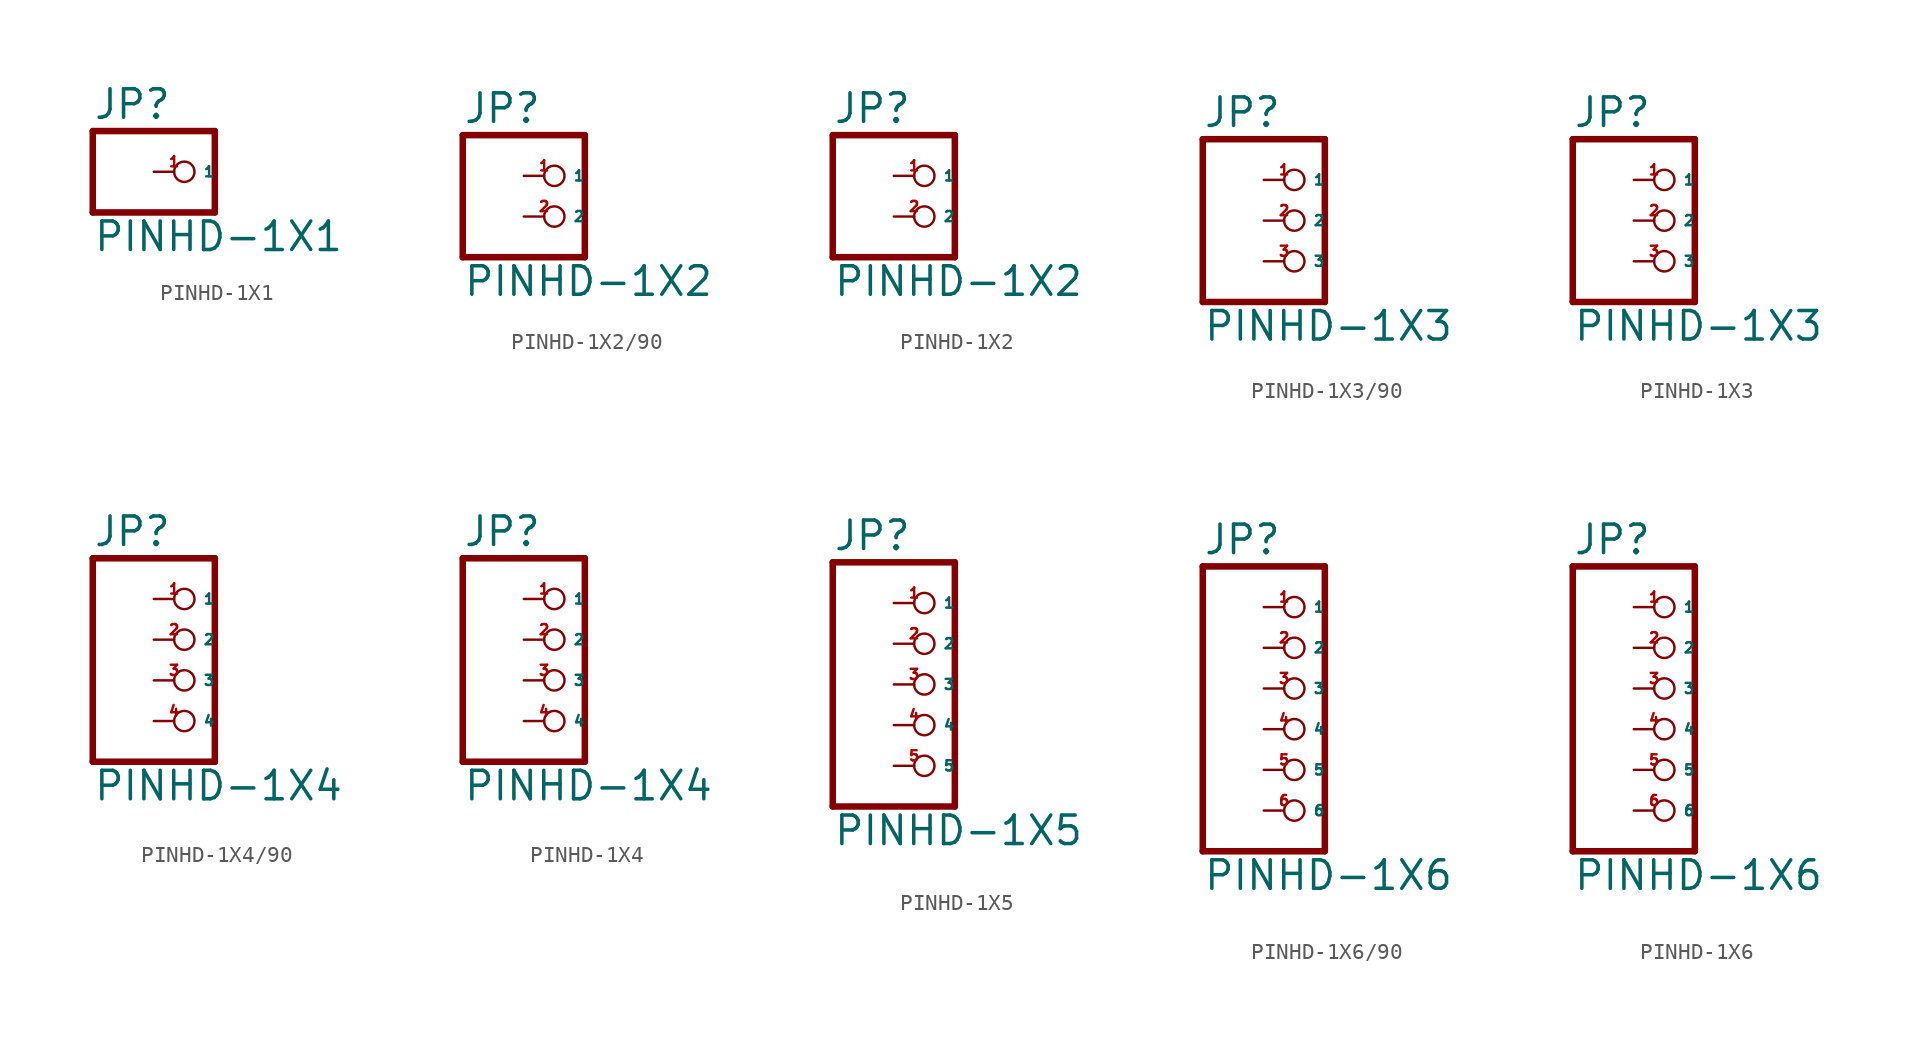
<source format=kicad_sym>
(kicad_symbol_lib
  (version 20220914)
  (generator Eagle2Kicad)
  (symbol "PINHD-1X1"
    (property "Reference" "JP"
      (at -6.35 3.175 0)
      (effects (font (size 1.778 1.778) (thickness 0.22)) (justify left bottom)))
    (property "Value" "PINHD-1X1"
      (at -6.35 -5.08 0)
      (effects (font (size 1.778 1.778) (thickness 0.22)) (justify left bottom)))
    (polyline
      (pts (xy -6.35 -2.54) (xy 1.27 -2.54))
      (stroke (width 0.406) (type default))
      (fill (type none)))
    (polyline
      (pts (xy 1.27 -2.54) (xy 1.27 2.54))
      (stroke (width 0.406) (type default))
      (fill (type none)))
    (polyline
      (pts (xy 1.27 2.54) (xy -6.35 2.54))
      (stroke (width 0.406) (type default))
      (fill (type none)))
    (polyline
      (pts (xy -6.35 2.54) (xy -6.35 -2.54))
      (stroke (width 0.406) (type default))
      (fill (type none)))
    (pin passive inverted
      (at -2.54 0 0)
      (length 2.54)
      (name "1" (effects (font (size 0.635 0.635) (thickness 0.08)) (justify left bottom)))
      (number "1" (effects (font (size 0.635 0.635) (thickness 0.08)) (justify left bottom)))))
  (symbol "PINHD-1X2/90"
    (property "Reference" "JP"
      (at -6.35 5.715 0)
      (effects (font (size 1.778 1.778) (thickness 0.22)) (justify left bottom)))
    (property "Value" "PINHD-1X2"
      (at -6.35 -5.08 0)
      (effects (font (size 1.778 1.778) (thickness 0.22)) (justify left bottom)))
    (polyline
      (pts (xy -6.35 -2.54) (xy 1.27 -2.54))
      (stroke (width 0.406) (type default))
      (fill (type none)))
    (polyline
      (pts (xy 1.27 -2.54) (xy 1.27 5.08))
      (stroke (width 0.406) (type default))
      (fill (type none)))
    (polyline
      (pts (xy 1.27 5.08) (xy -6.35 5.08))
      (stroke (width 0.406) (type default))
      (fill (type none)))
    (polyline
      (pts (xy -6.35 5.08) (xy -6.35 -2.54))
      (stroke (width 0.406) (type default))
      (fill (type none)))
    (pin passive inverted
      (at -2.54 2.54 0)
      (length 2.54)
      (name "1" (effects (font (size 0.635 0.635) (thickness 0.08)) (justify left bottom)))
      (number "1" (effects (font (size 0.635 0.635) (thickness 0.08)) (justify left bottom))))
    (pin passive inverted
      (at -2.54 0 0)
      (length 2.54)
      (name "2" (effects (font (size 0.635 0.635) (thickness 0.08)) (justify left bottom)))
      (number "2" (effects (font (size 0.635 0.635) (thickness 0.08)) (justify left bottom)))))
  (symbol "PINHD-1X2"
    (property "Reference" "JP"
      (at -6.35 5.715 0)
      (effects (font (size 1.778 1.778) (thickness 0.22)) (justify left bottom)))
    (property "Value" "PINHD-1X2"
      (at -6.35 -5.08 0)
      (effects (font (size 1.778 1.778) (thickness 0.22)) (justify left bottom)))
    (polyline
      (pts (xy -6.35 -2.54) (xy 1.27 -2.54))
      (stroke (width 0.406) (type default))
      (fill (type none)))
    (polyline
      (pts (xy 1.27 -2.54) (xy 1.27 5.08))
      (stroke (width 0.406) (type default))
      (fill (type none)))
    (polyline
      (pts (xy 1.27 5.08) (xy -6.35 5.08))
      (stroke (width 0.406) (type default))
      (fill (type none)))
    (polyline
      (pts (xy -6.35 5.08) (xy -6.35 -2.54))
      (stroke (width 0.406) (type default))
      (fill (type none)))
    (pin passive inverted
      (at -2.54 2.54 0)
      (length 2.54)
      (name "1" (effects (font (size 0.635 0.635) (thickness 0.08)) (justify left bottom)))
      (number "1" (effects (font (size 0.635 0.635) (thickness 0.08)) (justify left bottom))))
    (pin passive inverted
      (at -2.54 0 0)
      (length 2.54)
      (name "2" (effects (font (size 0.635 0.635) (thickness 0.08)) (justify left bottom)))
      (number "2" (effects (font (size 0.635 0.635) (thickness 0.08)) (justify left bottom)))))
  (symbol "PINHD-1X3/90"
    (property "Reference" "JP"
      (at -6.35 5.715 0)
      (effects (font (size 1.778 1.778) (thickness 0.22)) (justify left bottom)))
    (property "Value" "PINHD-1X3"
      (at -6.35 -7.62 0)
      (effects (font (size 1.778 1.778) (thickness 0.22)) (justify left bottom)))
    (polyline
      (pts (xy -6.35 -5.08) (xy 1.27 -5.08))
      (stroke (width 0.406) (type default))
      (fill (type none)))
    (polyline
      (pts (xy 1.27 -5.08) (xy 1.27 5.08))
      (stroke (width 0.406) (type default))
      (fill (type none)))
    (polyline
      (pts (xy 1.27 5.08) (xy -6.35 5.08))
      (stroke (width 0.406) (type default))
      (fill (type none)))
    (polyline
      (pts (xy -6.35 5.08) (xy -6.35 -5.08))
      (stroke (width 0.406) (type default))
      (fill (type none)))
    (pin passive inverted
      (at -2.54 2.54 0)
      (length 2.54)
      (name "1" (effects (font (size 0.635 0.635) (thickness 0.08)) (justify left bottom)))
      (number "1" (effects (font (size 0.635 0.635) (thickness 0.08)) (justify left bottom))))
    (pin passive inverted
      (at -2.54 0 0)
      (length 2.54)
      (name "2" (effects (font (size 0.635 0.635) (thickness 0.08)) (justify left bottom)))
      (number "2" (effects (font (size 0.635 0.635) (thickness 0.08)) (justify left bottom))))
    (pin passive inverted
      (at -2.54 -2.54 0)
      (length 2.54)
      (name "3" (effects (font (size 0.635 0.635) (thickness 0.08)) (justify left bottom)))
      (number "3" (effects (font (size 0.635 0.635) (thickness 0.08)) (justify left bottom)))))
  (symbol "PINHD-1X3"
    (property "Reference" "JP"
      (at -6.35 5.715 0)
      (effects (font (size 1.778 1.778) (thickness 0.22)) (justify left bottom)))
    (property "Value" "PINHD-1X3"
      (at -6.35 -7.62 0)
      (effects (font (size 1.778 1.778) (thickness 0.22)) (justify left bottom)))
    (polyline
      (pts (xy -6.35 -5.08) (xy 1.27 -5.08))
      (stroke (width 0.406) (type default))
      (fill (type none)))
    (polyline
      (pts (xy 1.27 -5.08) (xy 1.27 5.08))
      (stroke (width 0.406) (type default))
      (fill (type none)))
    (polyline
      (pts (xy 1.27 5.08) (xy -6.35 5.08))
      (stroke (width 0.406) (type default))
      (fill (type none)))
    (polyline
      (pts (xy -6.35 5.08) (xy -6.35 -5.08))
      (stroke (width 0.406) (type default))
      (fill (type none)))
    (pin passive inverted
      (at -2.54 2.54 0)
      (length 2.54)
      (name "1" (effects (font (size 0.635 0.635) (thickness 0.08)) (justify left bottom)))
      (number "1" (effects (font (size 0.635 0.635) (thickness 0.08)) (justify left bottom))))
    (pin passive inverted
      (at -2.54 0 0)
      (length 2.54)
      (name "2" (effects (font (size 0.635 0.635) (thickness 0.08)) (justify left bottom)))
      (number "2" (effects (font (size 0.635 0.635) (thickness 0.08)) (justify left bottom))))
    (pin passive inverted
      (at -2.54 -2.54 0)
      (length 2.54)
      (name "3" (effects (font (size 0.635 0.635) (thickness 0.08)) (justify left bottom)))
      (number "3" (effects (font (size 0.635 0.635) (thickness 0.08)) (justify left bottom)))))
  (symbol "PINHD-1X4/90"
    (property "Reference" "JP"
      (at -6.35 8.255 0)
      (effects (font (size 1.778 1.778) (thickness 0.22)) (justify left bottom)))
    (property "Value" "PINHD-1X4"
      (at -6.35 -7.62 0)
      (effects (font (size 1.778 1.778) (thickness 0.22)) (justify left bottom)))
    (polyline
      (pts (xy -6.35 -5.08) (xy 1.27 -5.08))
      (stroke (width 0.406) (type default))
      (fill (type none)))
    (polyline
      (pts (xy 1.27 -5.08) (xy 1.27 7.62))
      (stroke (width 0.406) (type default))
      (fill (type none)))
    (polyline
      (pts (xy 1.27 7.62) (xy -6.35 7.62))
      (stroke (width 0.406) (type default))
      (fill (type none)))
    (polyline
      (pts (xy -6.35 7.62) (xy -6.35 -5.08))
      (stroke (width 0.406) (type default))
      (fill (type none)))
    (pin passive inverted
      (at -2.54 5.08 0)
      (length 2.54)
      (name "1" (effects (font (size 0.635 0.635) (thickness 0.08)) (justify left bottom)))
      (number "1" (effects (font (size 0.635 0.635) (thickness 0.08)) (justify left bottom))))
    (pin passive inverted
      (at -2.54 2.54 0)
      (length 2.54)
      (name "2" (effects (font (size 0.635 0.635) (thickness 0.08)) (justify left bottom)))
      (number "2" (effects (font (size 0.635 0.635) (thickness 0.08)) (justify left bottom))))
    (pin passive inverted
      (at -2.54 0 0)
      (length 2.54)
      (name "3" (effects (font (size 0.635 0.635) (thickness 0.08)) (justify left bottom)))
      (number "3" (effects (font (size 0.635 0.635) (thickness 0.08)) (justify left bottom))))
    (pin passive inverted
      (at -2.54 -2.54 0)
      (length 2.54)
      (name "4" (effects (font (size 0.635 0.635) (thickness 0.08)) (justify left bottom)))
      (number "4" (effects (font (size 0.635 0.635) (thickness 0.08)) (justify left bottom)))))
  (symbol "PINHD-1X4"
    (property "Reference" "JP"
      (at -6.35 8.255 0)
      (effects (font (size 1.778 1.778) (thickness 0.22)) (justify left bottom)))
    (property "Value" "PINHD-1X4"
      (at -6.35 -7.62 0)
      (effects (font (size 1.778 1.778) (thickness 0.22)) (justify left bottom)))
    (polyline
      (pts (xy -6.35 -5.08) (xy 1.27 -5.08))
      (stroke (width 0.406) (type default))
      (fill (type none)))
    (polyline
      (pts (xy 1.27 -5.08) (xy 1.27 7.62))
      (stroke (width 0.406) (type default))
      (fill (type none)))
    (polyline
      (pts (xy 1.27 7.62) (xy -6.35 7.62))
      (stroke (width 0.406) (type default))
      (fill (type none)))
    (polyline
      (pts (xy -6.35 7.62) (xy -6.35 -5.08))
      (stroke (width 0.406) (type default))
      (fill (type none)))
    (pin passive inverted
      (at -2.54 5.08 0)
      (length 2.54)
      (name "1" (effects (font (size 0.635 0.635) (thickness 0.08)) (justify left bottom)))
      (number "1" (effects (font (size 0.635 0.635) (thickness 0.08)) (justify left bottom))))
    (pin passive inverted
      (at -2.54 2.54 0)
      (length 2.54)
      (name "2" (effects (font (size 0.635 0.635) (thickness 0.08)) (justify left bottom)))
      (number "2" (effects (font (size 0.635 0.635) (thickness 0.08)) (justify left bottom))))
    (pin passive inverted
      (at -2.54 0 0)
      (length 2.54)
      (name "3" (effects (font (size 0.635 0.635) (thickness 0.08)) (justify left bottom)))
      (number "3" (effects (font (size 0.635 0.635) (thickness 0.08)) (justify left bottom))))
    (pin passive inverted
      (at -2.54 -2.54 0)
      (length 2.54)
      (name "4" (effects (font (size 0.635 0.635) (thickness 0.08)) (justify left bottom)))
      (number "4" (effects (font (size 0.635 0.635) (thickness 0.08)) (justify left bottom)))))
  (symbol "PINHD-1X5"
    (property "Reference" "JP"
      (at -6.35 8.255 0)
      (effects (font (size 1.778 1.778) (thickness 0.22)) (justify left bottom)))
    (property "Value" "PINHD-1X5"
      (at -6.35 -10.16 0)
      (effects (font (size 1.778 1.778) (thickness 0.22)) (justify left bottom)))
    (polyline
      (pts (xy -6.35 -7.62) (xy 1.27 -7.62))
      (stroke (width 0.406) (type default))
      (fill (type none)))
    (polyline
      (pts (xy 1.27 -7.62) (xy 1.27 7.62))
      (stroke (width 0.406) (type default))
      (fill (type none)))
    (polyline
      (pts (xy 1.27 7.62) (xy -6.35 7.62))
      (stroke (width 0.406) (type default))
      (fill (type none)))
    (polyline
      (pts (xy -6.35 7.62) (xy -6.35 -7.62))
      (stroke (width 0.406) (type default))
      (fill (type none)))
    (pin passive inverted
      (at -2.54 5.08 0)
      (length 2.54)
      (name "1" (effects (font (size 0.635 0.635) (thickness 0.08)) (justify left bottom)))
      (number "1" (effects (font (size 0.635 0.635) (thickness 0.08)) (justify left bottom))))
    (pin passive inverted
      (at -2.54 2.54 0)
      (length 2.54)
      (name "2" (effects (font (size 0.635 0.635) (thickness 0.08)) (justify left bottom)))
      (number "2" (effects (font (size 0.635 0.635) (thickness 0.08)) (justify left bottom))))
    (pin passive inverted
      (at -2.54 0 0)
      (length 2.54)
      (name "3" (effects (font (size 0.635 0.635) (thickness 0.08)) (justify left bottom)))
      (number "3" (effects (font (size 0.635 0.635) (thickness 0.08)) (justify left bottom))))
    (pin passive inverted
      (at -2.54 -2.54 0)
      (length 2.54)
      (name "4" (effects (font (size 0.635 0.635) (thickness 0.08)) (justify left bottom)))
      (number "4" (effects (font (size 0.635 0.635) (thickness 0.08)) (justify left bottom))))
    (pin passive inverted
      (at -2.54 -5.08 0)
      (length 2.54)
      (name "5" (effects (font (size 0.635 0.635) (thickness 0.08)) (justify left bottom)))
      (number "5" (effects (font (size 0.635 0.635) (thickness 0.08)) (justify left bottom)))))
  (symbol "PINHD-1X6/90"
    (property "Reference" "JP"
      (at -6.35 10.795 0)
      (effects (font (size 1.778 1.778) (thickness 0.22)) (justify left bottom)))
    (property "Value" "PINHD-1X6"
      (at -6.35 -10.16 0)
      (effects (font (size 1.778 1.778) (thickness 0.22)) (justify left bottom)))
    (polyline
      (pts (xy -6.35 -7.62) (xy 1.27 -7.62))
      (stroke (width 0.406) (type default))
      (fill (type none)))
    (polyline
      (pts (xy 1.27 -7.62) (xy 1.27 10.16))
      (stroke (width 0.406) (type default))
      (fill (type none)))
    (polyline
      (pts (xy 1.27 10.16) (xy -6.35 10.16))
      (stroke (width 0.406) (type default))
      (fill (type none)))
    (polyline
      (pts (xy -6.35 10.16) (xy -6.35 -7.62))
      (stroke (width 0.406) (type default))
      (fill (type none)))
    (pin passive inverted
      (at -2.54 7.62 0)
      (length 2.54)
      (name "1" (effects (font (size 0.635 0.635) (thickness 0.08)) (justify left bottom)))
      (number "1" (effects (font (size 0.635 0.635) (thickness 0.08)) (justify left bottom))))
    (pin passive inverted
      (at -2.54 5.08 0)
      (length 2.54)
      (name "2" (effects (font (size 0.635 0.635) (thickness 0.08)) (justify left bottom)))
      (number "2" (effects (font (size 0.635 0.635) (thickness 0.08)) (justify left bottom))))
    (pin passive inverted
      (at -2.54 2.54 0)
      (length 2.54)
      (name "3" (effects (font (size 0.635 0.635) (thickness 0.08)) (justify left bottom)))
      (number "3" (effects (font (size 0.635 0.635) (thickness 0.08)) (justify left bottom))))
    (pin passive inverted
      (at -2.54 0 0)
      (length 2.54)
      (name "4" (effects (font (size 0.635 0.635) (thickness 0.08)) (justify left bottom)))
      (number "4" (effects (font (size 0.635 0.635) (thickness 0.08)) (justify left bottom))))
    (pin passive inverted
      (at -2.54 -2.54 0)
      (length 2.54)
      (name "5" (effects (font (size 0.635 0.635) (thickness 0.08)) (justify left bottom)))
      (number "5" (effects (font (size 0.635 0.635) (thickness 0.08)) (justify left bottom))))
    (pin passive inverted
      (at -2.54 -5.08 0)
      (length 2.54)
      (name "6" (effects (font (size 0.635 0.635) (thickness 0.08)) (justify left bottom)))
      (number "6" (effects (font (size 0.635 0.635) (thickness 0.08)) (justify left bottom)))))
  (symbol "PINHD-1X6"
    (property "Reference" "JP"
      (at -6.35 10.795 0)
      (effects (font (size 1.778 1.778) (thickness 0.22)) (justify left bottom)))
    (property "Value" "PINHD-1X6"
      (at -6.35 -10.16 0)
      (effects (font (size 1.778 1.778) (thickness 0.22)) (justify left bottom)))
    (polyline
      (pts (xy -6.35 -7.62) (xy 1.27 -7.62))
      (stroke (width 0.406) (type default))
      (fill (type none)))
    (polyline
      (pts (xy 1.27 -7.62) (xy 1.27 10.16))
      (stroke (width 0.406) (type default))
      (fill (type none)))
    (polyline
      (pts (xy 1.27 10.16) (xy -6.35 10.16))
      (stroke (width 0.406) (type default))
      (fill (type none)))
    (polyline
      (pts (xy -6.35 10.16) (xy -6.35 -7.62))
      (stroke (width 0.406) (type default))
      (fill (type none)))
    (pin passive inverted
      (at -2.54 7.62 0)
      (length 2.54)
      (name "1" (effects (font (size 0.635 0.635) (thickness 0.08)) (justify left bottom)))
      (number "1" (effects (font (size 0.635 0.635) (thickness 0.08)) (justify left bottom))))
    (pin passive inverted
      (at -2.54 5.08 0)
      (length 2.54)
      (name "2" (effects (font (size 0.635 0.635) (thickness 0.08)) (justify left bottom)))
      (number "2" (effects (font (size 0.635 0.635) (thickness 0.08)) (justify left bottom))))
    (pin passive inverted
      (at -2.54 2.54 0)
      (length 2.54)
      (name "3" (effects (font (size 0.635 0.635) (thickness 0.08)) (justify left bottom)))
      (number "3" (effects (font (size 0.635 0.635) (thickness 0.08)) (justify left bottom))))
    (pin passive inverted
      (at -2.54 0 0)
      (length 2.54)
      (name "4" (effects (font (size 0.635 0.635) (thickness 0.08)) (justify left bottom)))
      (number "4" (effects (font (size 0.635 0.635) (thickness 0.08)) (justify left bottom))))
    (pin passive inverted
      (at -2.54 -2.54 0)
      (length 2.54)
      (name "5" (effects (font (size 0.635 0.635) (thickness 0.08)) (justify left bottom)))
      (number "5" (effects (font (size 0.635 0.635) (thickness 0.08)) (justify left bottom))))
    (pin passive inverted
      (at -2.54 -5.08 0)
      (length 2.54)
      (name "6" (effects (font (size 0.635 0.635) (thickness 0.08)) (justify left bottom)))
      (number "6" (effects (font (size 0.635 0.635) (thickness 0.08)) (justify left bottom))))))
</source>
